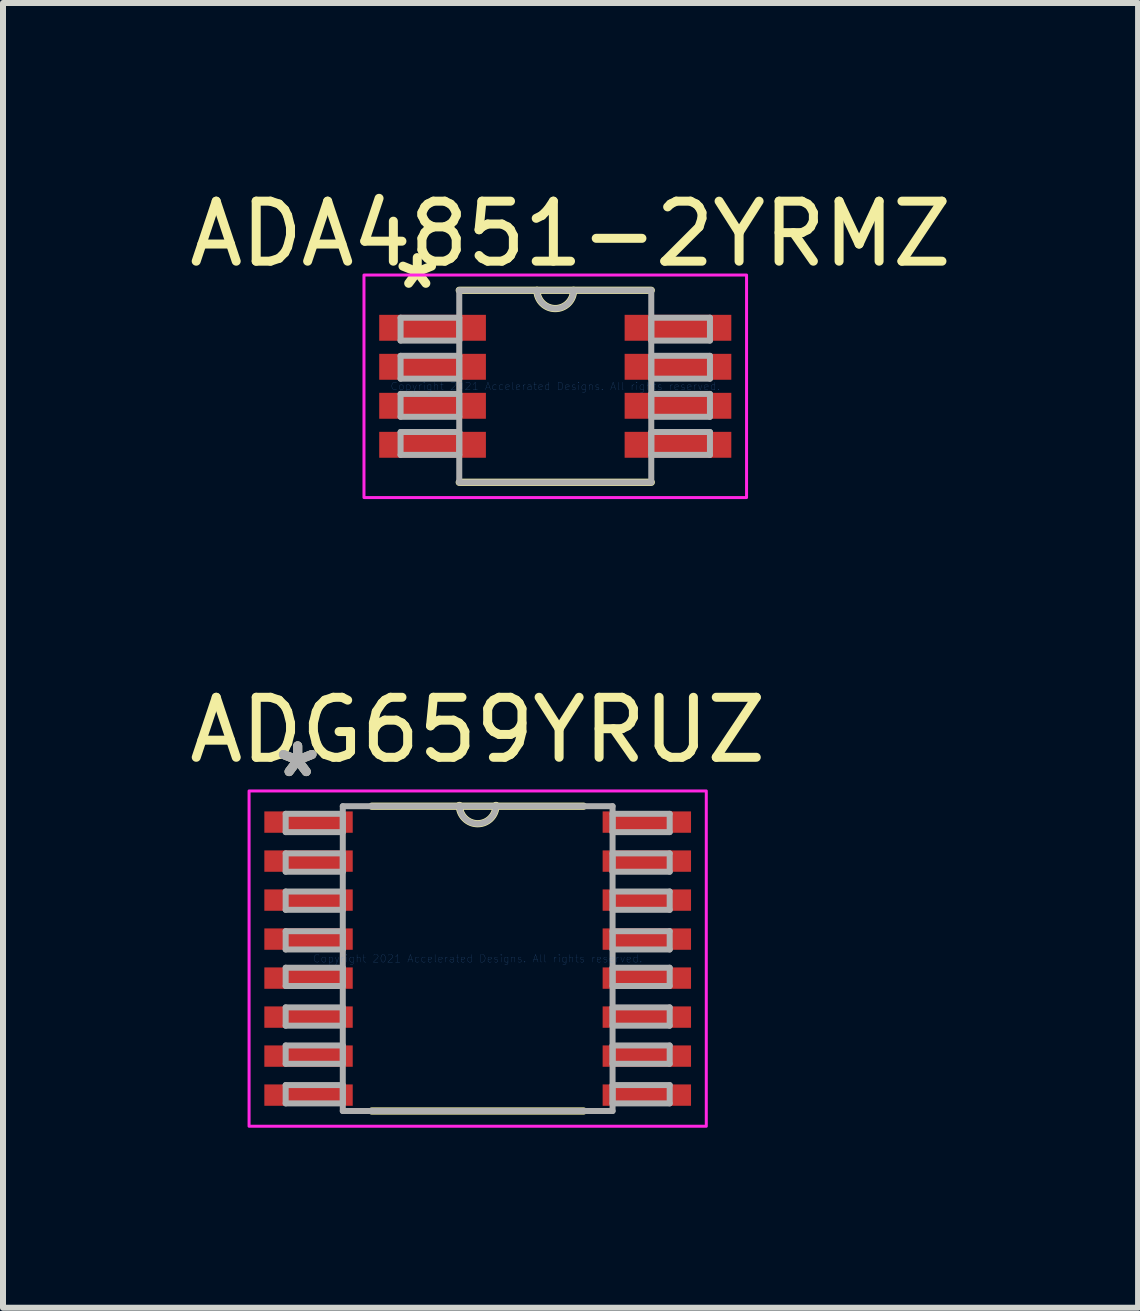
<source format=kicad_pcb>
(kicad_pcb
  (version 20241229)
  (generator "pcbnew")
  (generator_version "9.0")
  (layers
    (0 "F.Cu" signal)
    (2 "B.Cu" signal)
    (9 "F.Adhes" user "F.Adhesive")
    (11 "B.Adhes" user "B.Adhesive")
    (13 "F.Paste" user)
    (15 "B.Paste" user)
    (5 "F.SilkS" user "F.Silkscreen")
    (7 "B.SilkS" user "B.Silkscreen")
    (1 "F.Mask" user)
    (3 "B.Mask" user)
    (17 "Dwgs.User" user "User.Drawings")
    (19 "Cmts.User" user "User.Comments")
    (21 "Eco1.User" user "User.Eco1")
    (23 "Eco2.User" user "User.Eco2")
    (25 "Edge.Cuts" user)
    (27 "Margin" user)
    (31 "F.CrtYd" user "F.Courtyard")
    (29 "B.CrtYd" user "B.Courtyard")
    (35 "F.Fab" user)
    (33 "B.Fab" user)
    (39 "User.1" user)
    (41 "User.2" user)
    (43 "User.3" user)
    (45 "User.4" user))
  (footprint "ADG659YRUZ"
    (layer "F.Cu")
    (at 4.911 12.926)
    (property "Reference" "ADG659YRUZ" (at 0 -3.81 0) (layer "F.SilkS") (effects (font (size 1 1) (thickness 0.15))))
    (attr smd)
    (fp_line (start -1.765 2.54) (end 1.765 2.54) (stroke (width 0.12) (type solid)) (layer "F.SilkS"))
    (fp_line (start 1.765 -2.54) (end -1.765 -2.54) (stroke (width 0.12) (type solid)) (layer "F.SilkS"))
    (fp_arc (start 0.3048 -2.5527) (mid 0 -2.2479) (end -0.3048 -2.5527) (stroke (width 0.12) (type solid)) (layer "F.SilkS"))
    (fp_rect (start -3.81 -2.794) (end 3.81 2.794) (stroke (width 0.05) (type solid)) (fill no) (layer "F.CrtYd"))
    (fp_line (start -3.2 -2.413) (end -3.2 -2.108) (stroke (width 0.1) (type solid)) (layer "F.Fab"))
    (fp_line (start -3.2 -2.108) (end -2.248 -2.108) (stroke (width 0.1) (type solid)) (layer "F.Fab"))
    (fp_line (start -3.2 -1.753) (end -3.2 -1.448) (stroke (width 0.1) (type solid)) (layer "F.Fab"))
    (fp_line (start -3.2 -1.448) (end -2.248 -1.448) (stroke (width 0.1) (type solid)) (layer "F.Fab"))
    (fp_line (start -3.2 -1.118) (end -3.2 -0.813) (stroke (width 0.1) (type solid)) (layer "F.Fab"))
    (fp_line (start -3.2 -0.813) (end -2.248 -0.813) (stroke (width 0.1) (type solid)) (layer "F.Fab"))
    (fp_line (start -3.2 -0.457) (end -3.2 -0.152) (stroke (width 0.1) (type solid)) (layer "F.Fab"))
    (fp_line (start -3.2 -0.152) (end -2.248 -0.152) (stroke (width 0.1) (type solid)) (layer "F.Fab"))
    (fp_line (start -3.2 0.152) (end -3.2 0.457) (stroke (width 0.1) (type solid)) (layer "F.Fab"))
    (fp_line (start -3.2 0.457) (end -2.248 0.457) (stroke (width 0.1) (type solid)) (layer "F.Fab"))
    (fp_line (start -3.2 0.813) (end -3.2 1.118) (stroke (width 0.1) (type solid)) (layer "F.Fab"))
    (fp_line (start -3.2 1.118) (end -2.248 1.118) (stroke (width 0.1) (type solid)) (layer "F.Fab"))
    (fp_line (start -3.2 1.448) (end -3.2 1.753) (stroke (width 0.1) (type solid)) (layer "F.Fab"))
    (fp_line (start -3.2 1.753) (end -2.248 1.753) (stroke (width 0.1) (type solid)) (layer "F.Fab"))
    (fp_line (start -3.2 2.108) (end -3.2 2.413) (stroke (width 0.1) (type solid)) (layer "F.Fab"))
    (fp_line (start -3.2 2.413) (end -2.248 2.413) (stroke (width 0.1) (type solid)) (layer "F.Fab"))
    (fp_line (start -2.248 -2.54) (end -2.248 2.54) (stroke (width 0.1) (type solid)) (layer "F.Fab"))
    (fp_line (start -2.248 -2.413) (end -3.2 -2.413) (stroke (width 0.1) (type solid)) (layer "F.Fab"))
    (fp_line (start -2.248 -2.108) (end -2.248 -2.413) (stroke (width 0.1) (type solid)) (layer "F.Fab"))
    (fp_line (start -2.248 -1.753) (end -3.2 -1.753) (stroke (width 0.1) (type solid)) (layer "F.Fab"))
    (fp_line (start -2.248 -1.448) (end -2.248 -1.753) (stroke (width 0.1) (type solid)) (layer "F.Fab"))
    (fp_line (start -2.248 -1.118) (end -3.2 -1.118) (stroke (width 0.1) (type solid)) (layer "F.Fab"))
    (fp_line (start -2.248 -0.813) (end -2.248 -1.118) (stroke (width 0.1) (type solid)) (layer "F.Fab"))
    (fp_line (start -2.248 -0.457) (end -3.2 -0.457) (stroke (width 0.1) (type solid)) (layer "F.Fab"))
    (fp_line (start -2.248 -0.152) (end -2.248 -0.457) (stroke (width 0.1) (type solid)) (layer "F.Fab"))
    (fp_line (start -2.248 0.152) (end -3.2 0.152) (stroke (width 0.1) (type solid)) (layer "F.Fab"))
    (fp_line (start -2.248 0.457) (end -2.248 0.152) (stroke (width 0.1) (type solid)) (layer "F.Fab"))
    (fp_line (start -2.248 0.813) (end -3.2 0.813) (stroke (width 0.1) (type solid)) (layer "F.Fab"))
    (fp_line (start -2.248 1.118) (end -2.248 0.813) (stroke (width 0.1) (type solid)) (layer "F.Fab"))
    (fp_line (start -2.248 1.448) (end -3.2 1.448) (stroke (width 0.1) (type solid)) (layer "F.Fab"))
    (fp_line (start -2.248 1.753) (end -2.248 1.448) (stroke (width 0.1) (type solid)) (layer "F.Fab"))
    (fp_line (start -2.248 2.108) (end -3.2 2.108) (stroke (width 0.1) (type solid)) (layer "F.Fab"))
    (fp_line (start -2.248 2.413) (end -2.248 2.108) (stroke (width 0.1) (type solid)) (layer "F.Fab"))
    (fp_line (start -2.248 2.54) (end 2.248 2.54) (stroke (width 0.1) (type solid)) (layer "F.Fab"))
    (fp_line (start 2.248 -2.54) (end -2.248 -2.54) (stroke (width 0.1) (type solid)) (layer "F.Fab"))
    (fp_line (start 2.248 -2.413) (end 2.248 -2.108) (stroke (width 0.1) (type solid)) (layer "F.Fab"))
    (fp_line (start 2.248 -2.108) (end 3.2 -2.108) (stroke (width 0.1) (type solid)) (layer "F.Fab"))
    (fp_line (start 2.248 -1.753) (end 2.248 -1.448) (stroke (width 0.1) (type solid)) (layer "F.Fab"))
    (fp_line (start 2.248 -1.448) (end 3.2 -1.448) (stroke (width 0.1) (type solid)) (layer "F.Fab"))
    (fp_line (start 2.248 -1.118) (end 2.248 -0.813) (stroke (width 0.1) (type solid)) (layer "F.Fab"))
    (fp_line (start 2.248 -0.813) (end 3.2 -0.813) (stroke (width 0.1) (type solid)) (layer "F.Fab"))
    (fp_line (start 2.248 -0.457) (end 2.248 -0.152) (stroke (width 0.1) (type solid)) (layer "F.Fab"))
    (fp_line (start 2.248 -0.152) (end 3.2 -0.152) (stroke (width 0.1) (type solid)) (layer "F.Fab"))
    (fp_line (start 2.248 0.152) (end 2.248 0.457) (stroke (width 0.1) (type solid)) (layer "F.Fab"))
    (fp_line (start 2.248 0.457) (end 3.2 0.457) (stroke (width 0.1) (type solid)) (layer "F.Fab"))
    (fp_line (start 2.248 0.813) (end 2.248 1.118) (stroke (width 0.1) (type solid)) (layer "F.Fab"))
    (fp_line (start 2.248 1.118) (end 3.2 1.118) (stroke (width 0.1) (type solid)) (layer "F.Fab"))
    (fp_line (start 2.248 1.448) (end 2.248 1.753) (stroke (width 0.1) (type solid)) (layer "F.Fab"))
    (fp_line (start 2.248 1.753) (end 3.2 1.753) (stroke (width 0.1) (type solid)) (layer "F.Fab"))
    (fp_line (start 2.248 2.108) (end 2.248 2.413) (stroke (width 0.1) (type solid)) (layer "F.Fab"))
    (fp_line (start 2.248 2.413) (end 3.2 2.413) (stroke (width 0.1) (type solid)) (layer "F.Fab"))
    (fp_line (start 2.248 2.54) (end 2.248 -2.54) (stroke (width 0.1) (type solid)) (layer "F.Fab"))
    (fp_line (start 3.2 -2.413) (end 2.248 -2.413) (stroke (width 0.1) (type solid)) (layer "F.Fab"))
    (fp_line (start 3.2 -2.108) (end 3.2 -2.413) (stroke (width 0.1) (type solid)) (layer "F.Fab"))
    (fp_line (start 3.2 -1.753) (end 2.248 -1.753) (stroke (width 0.1) (type solid)) (layer "F.Fab"))
    (fp_line (start 3.2 -1.448) (end 3.2 -1.753) (stroke (width 0.1) (type solid)) (layer "F.Fab"))
    (fp_line (start 3.2 -1.118) (end 2.248 -1.118) (stroke (width 0.1) (type solid)) (layer "F.Fab"))
    (fp_line (start 3.2 -0.813) (end 3.2 -1.118) (stroke (width 0.1) (type solid)) (layer "F.Fab"))
    (fp_line (start 3.2 -0.457) (end 2.248 -0.457) (stroke (width 0.1) (type solid)) (layer "F.Fab"))
    (fp_line (start 3.2 -0.152) (end 3.2 -0.457) (stroke (width 0.1) (type solid)) (layer "F.Fab"))
    (fp_line (start 3.2 0.152) (end 2.248 0.152) (stroke (width 0.1) (type solid)) (layer "F.Fab"))
    (fp_line (start 3.2 0.457) (end 3.2 0.152) (stroke (width 0.1) (type solid)) (layer "F.Fab"))
    (fp_line (start 3.2 0.813) (end 2.248 0.813) (stroke (width 0.1) (type solid)) (layer "F.Fab"))
    (fp_line (start 3.2 1.118) (end 3.2 0.813) (stroke (width 0.1) (type solid)) (layer "F.Fab"))
    (fp_line (start 3.2 1.448) (end 2.248 1.448) (stroke (width 0.1) (type solid)) (layer "F.Fab"))
    (fp_line (start 3.2 1.753) (end 3.2 1.448) (stroke (width 0.1) (type solid)) (layer "F.Fab"))
    (fp_line (start 3.2 2.108) (end 2.248 2.108) (stroke (width 0.1) (type solid)) (layer "F.Fab"))
    (fp_line (start 3.2 2.413) (end 3.2 2.108) (stroke (width 0.1) (type solid)) (layer "F.Fab"))
    (fp_arc (start 0.3048 -2.5527) (mid 0 -2.2479) (end -0.3048 -2.5527) (stroke (width 0.1) (type solid)) (layer "F.Fab"))
    (fp_text user "*" (at -3 -3 0) (layer "F.SilkS") (effects (font (size 1 1) (thickness 0.15))))
    (fp_text user "Copyright 2021 Accelerated Designs. All rights reserved." (at 0 0 0) (layer "Cmts.User") (effects (font (size 0.127 0.127) (thickness 0.002))))
    (fp_text user "*" (at -3 -3 0) (layer "F.Fab") (effects (font (size 1 1) (thickness 0.15))))
    (fp_text user "*" (at -3 -3 0) (layer "F.Fab") (effects (font (size 1 1) (thickness 0.15))))
    (pad "1" smd rect (at -2.819 -2.275) (size 1.473 0.356) (layers "F.Cu" "F.Mask" "F.Paste"))
    (pad "2" smd rect (at -2.819 -1.625) (size 1.473 0.356) (layers "F.Cu" "F.Mask" "F.Paste"))
    (pad "3" smd rect (at -2.819 -0.975) (size 1.473 0.356) (layers "F.Cu" "F.Mask" "F.Paste"))
    (pad "4" smd rect (at -2.819 -0.325) (size 1.473 0.356) (layers "F.Cu" "F.Mask" "F.Paste"))
    (pad "5" smd rect (at -2.819 0.325) (size 1.473 0.356) (layers "F.Cu" "F.Mask" "F.Paste"))
    (pad "6" smd rect (at -2.819 0.975) (size 1.473 0.356) (layers "F.Cu" "F.Mask" "F.Paste"))
    (pad "7" smd rect (at -2.819 1.625) (size 1.473 0.356) (layers "F.Cu" "F.Mask" "F.Paste"))
    (pad "8" smd rect (at -2.819 2.275) (size 1.473 0.356) (layers "F.Cu" "F.Mask" "F.Paste"))
    (pad "9" smd rect (at 2.819 2.275) (size 1.473 0.356) (layers "F.Cu" "F.Mask" "F.Paste"))
    (pad "10" smd rect (at 2.819 1.625) (size 1.473 0.356) (layers "F.Cu" "F.Mask" "F.Paste"))
    (pad "11" smd rect (at 2.819 0.975) (size 1.473 0.356) (layers "F.Cu" "F.Mask" "F.Paste"))
    (pad "12" smd rect (at 2.819 0.325) (size 1.473 0.356) (layers "F.Cu" "F.Mask" "F.Paste"))
    (pad "13" smd rect (at 2.819 -0.325) (size 1.473 0.356) (layers "F.Cu" "F.Mask" "F.Paste"))
    (pad "14" smd rect (at 2.819 -0.975) (size 1.473 0.356) (layers "F.Cu" "F.Mask" "F.Paste"))
    (pad "15" smd rect (at 2.819 -1.625) (size 1.473 0.356) (layers "F.Cu" "F.Mask" "F.Paste"))
    (pad "16" smd rect (at 2.819 -2.275) (size 1.473 0.356) (layers "F.Cu" "F.Mask" "F.Paste")))
  (footprint "ADA4851-2YRMZ"
    (layer "F.Cu")
    (at 6.204 3.388)
    (property "Reference" "ADA4851-2YRMZ" (at 0.254 -2.54 0) (layer "F.SilkS") (effects (font (size 1 1) (thickness 0.15))))
    (attr smd)
    (fp_line (start -1.6 1.6) (end 1.6 1.6) (stroke (width 0.12) (type solid)) (layer "F.SilkS"))
    (fp_line (start 1.6 -1.6) (end -1.6 -1.6) (stroke (width 0.12) (type solid)) (layer "F.SilkS"))
    (fp_arc (start 0.3048 -1.6002) (mid 0 -1.2954) (end -0.3048 -1.6002) (stroke (width 0.12) (type solid)) (layer "F.SilkS"))
    (fp_rect (start -3.188 -1.854) (end 3.188 1.854) (stroke (width 0.05) (type solid)) (fill no) (layer "F.CrtYd"))
    (fp_line (start -2.578 -1.143) (end -2.578 -0.762) (stroke (width 0.1) (type solid)) (layer "F.Fab"))
    (fp_line (start -2.578 -0.762) (end -1.6 -0.762) (stroke (width 0.1) (type solid)) (layer "F.Fab"))
    (fp_line (start -2.578 -0.508) (end -2.578 -0.127) (stroke (width 0.1) (type solid)) (layer "F.Fab"))
    (fp_line (start -2.578 -0.127) (end -1.6 -0.127) (stroke (width 0.1) (type solid)) (layer "F.Fab"))
    (fp_line (start -2.578 0.127) (end -2.578 0.508) (stroke (width 0.1) (type solid)) (layer "F.Fab"))
    (fp_line (start -2.578 0.508) (end -1.6 0.508) (stroke (width 0.1) (type solid)) (layer "F.Fab"))
    (fp_line (start -2.578 0.762) (end -2.578 1.143) (stroke (width 0.1) (type solid)) (layer "F.Fab"))
    (fp_line (start -2.578 1.143) (end -1.6 1.143) (stroke (width 0.1) (type solid)) (layer "F.Fab"))
    (fp_line (start -1.6 -1.6) (end -1.6 1.6) (stroke (width 0.1) (type solid)) (layer "F.Fab"))
    (fp_line (start -1.6 -1.143) (end -2.578 -1.143) (stroke (width 0.1) (type solid)) (layer "F.Fab"))
    (fp_line (start -1.6 -0.762) (end -1.6 -1.143) (stroke (width 0.1) (type solid)) (layer "F.Fab"))
    (fp_line (start -1.6 -0.508) (end -2.578 -0.508) (stroke (width 0.1) (type solid)) (layer "F.Fab"))
    (fp_line (start -1.6 -0.127) (end -1.6 -0.508) (stroke (width 0.1) (type solid)) (layer "F.Fab"))
    (fp_line (start -1.6 0.127) (end -2.578 0.127) (stroke (width 0.1) (type solid)) (layer "F.Fab"))
    (fp_line (start -1.6 0.508) (end -1.6 0.127) (stroke (width 0.1) (type solid)) (layer "F.Fab"))
    (fp_line (start -1.6 0.762) (end -2.578 0.762) (stroke (width 0.1) (type solid)) (layer "F.Fab"))
    (fp_line (start -1.6 1.143) (end -1.6 0.762) (stroke (width 0.1) (type solid)) (layer "F.Fab"))
    (fp_line (start -1.6 1.6) (end 1.6 1.6) (stroke (width 0.1) (type solid)) (layer "F.Fab"))
    (fp_line (start 1.6 -1.6) (end -1.6 -1.6) (stroke (width 0.1) (type solid)) (layer "F.Fab"))
    (fp_line (start 1.6 -1.143) (end 1.6 -0.762) (stroke (width 0.1) (type solid)) (layer "F.Fab"))
    (fp_line (start 1.6 -0.762) (end 2.578 -0.762) (stroke (width 0.1) (type solid)) (layer "F.Fab"))
    (fp_line (start 1.6 -0.508) (end 1.6 -0.127) (stroke (width 0.1) (type solid)) (layer "F.Fab"))
    (fp_line (start 1.6 -0.127) (end 2.578 -0.127) (stroke (width 0.1) (type solid)) (layer "F.Fab"))
    (fp_line (start 1.6 0.127) (end 1.6 0.508) (stroke (width 0.1) (type solid)) (layer "F.Fab"))
    (fp_line (start 1.6 0.508) (end 2.578 0.508) (stroke (width 0.1) (type solid)) (layer "F.Fab"))
    (fp_line (start 1.6 0.762) (end 1.6 1.143) (stroke (width 0.1) (type solid)) (layer "F.Fab"))
    (fp_line (start 1.6 1.143) (end 2.578 1.143) (stroke (width 0.1) (type solid)) (layer "F.Fab"))
    (fp_line (start 1.6 1.6) (end 1.6 -1.6) (stroke (width 0.1) (type solid)) (layer "F.Fab"))
    (fp_line (start 2.578 -1.143) (end 1.6 -1.143) (stroke (width 0.1) (type solid)) (layer "F.Fab"))
    (fp_line (start 2.578 -0.762) (end 2.578 -1.143) (stroke (width 0.1) (type solid)) (layer "F.Fab"))
    (fp_line (start 2.578 -0.508) (end 1.6 -0.508) (stroke (width 0.1) (type solid)) (layer "F.Fab"))
    (fp_line (start 2.578 -0.127) (end 2.578 -0.508) (stroke (width 0.1) (type solid)) (layer "F.Fab"))
    (fp_line (start 2.578 0.127) (end 1.6 0.127) (stroke (width 0.1) (type solid)) (layer "F.Fab"))
    (fp_line (start 2.578 0.508) (end 2.578 0.127) (stroke (width 0.1) (type solid)) (layer "F.Fab"))
    (fp_line (start 2.578 0.762) (end 1.6 0.762) (stroke (width 0.1) (type solid)) (layer "F.Fab"))
    (fp_line (start 2.578 1.143) (end 2.578 0.762) (stroke (width 0.1) (type solid)) (layer "F.Fab"))
    (fp_arc (start 0.3048 -1.6002) (mid 0 -1.2954) (end -0.3048 -1.6002) (stroke (width 0.1) (type solid)) (layer "F.Fab"))
    (fp_text user "*" (at -2.3 -1.6 0) (layer "F.SilkS") (effects (font (size 1 1) (thickness 0.15))))
    (fp_text user "Copyright 2021 Accelerated Designs. All rights reserved." (at 0 0 0) (layer "Cmts.User") (effects (font (size 0.127 0.127) (thickness 0.002))))
    (pad "1" smd rect (at -2.045 -0.975) (size 1.778 0.432) (layers "F.Cu" "F.Mask" "F.Paste"))
    (pad "2" smd rect (at -2.045 -0.325) (size 1.778 0.432) (layers "F.Cu" "F.Mask" "F.Paste"))
    (pad "3" smd rect (at -2.045 0.325) (size 1.778 0.432) (layers "F.Cu" "F.Mask" "F.Paste"))
    (pad "4" smd rect (at -2.045 0.975) (size 1.778 0.432) (layers "F.Cu" "F.Mask" "F.Paste"))
    (pad "5" smd rect (at 2.045 0.975) (size 1.778 0.432) (layers "F.Cu" "F.Mask" "F.Paste"))
    (pad "6" smd rect (at 2.045 0.325) (size 1.778 0.432) (layers "F.Cu" "F.Mask" "F.Paste"))
    (pad "7" smd rect (at 2.045 -0.325) (size 1.778 0.432) (layers "F.Cu" "F.Mask" "F.Paste"))
    (pad "8" smd rect (at 2.045 -0.975) (size 1.778 0.432) (layers "F.Cu" "F.Mask" "F.Paste")))
  (gr_rect
    (start -3 -3)
    (end 15.917 18.745)
    (stroke (width 0.1) (type default))
    (fill no)
    (layer "Edge.Cuts")))
</source>
